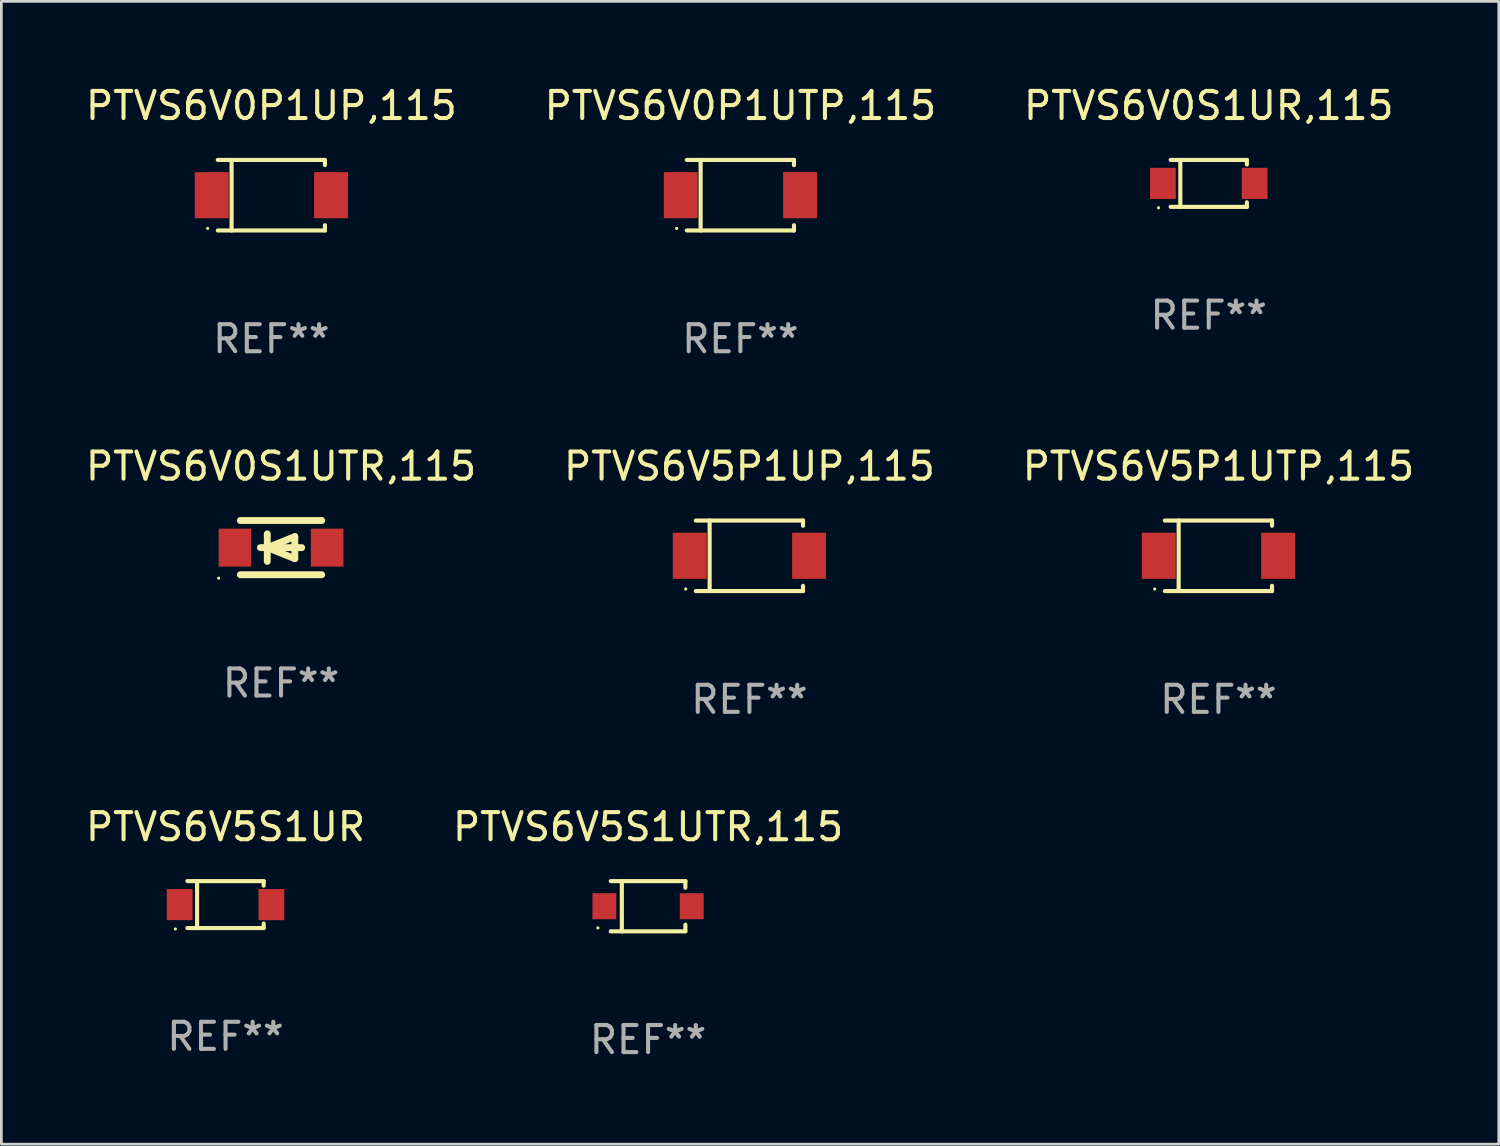
<source format=kicad_pcb>
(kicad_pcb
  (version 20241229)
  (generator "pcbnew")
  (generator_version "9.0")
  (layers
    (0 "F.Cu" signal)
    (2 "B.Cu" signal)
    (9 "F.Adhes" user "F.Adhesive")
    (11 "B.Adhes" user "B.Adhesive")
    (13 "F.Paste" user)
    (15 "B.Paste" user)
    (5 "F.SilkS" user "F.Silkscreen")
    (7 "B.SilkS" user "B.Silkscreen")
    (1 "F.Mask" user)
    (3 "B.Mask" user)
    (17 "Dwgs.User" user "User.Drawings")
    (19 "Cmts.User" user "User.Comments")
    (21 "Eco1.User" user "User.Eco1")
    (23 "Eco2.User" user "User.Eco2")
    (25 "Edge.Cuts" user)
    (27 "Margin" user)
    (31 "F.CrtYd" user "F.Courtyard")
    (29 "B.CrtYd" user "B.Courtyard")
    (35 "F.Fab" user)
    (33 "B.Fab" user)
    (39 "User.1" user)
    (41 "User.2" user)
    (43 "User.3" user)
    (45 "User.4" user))
  (footprint "PTVS6V5S1UTR,115"
    (layer "F.Cu")
    (at 20.851 30.372)
    (property "Reference" "PTVS6V5S1UTR,115" (at 0 -2.926 0) (layer "F.SilkS") (effects (font (size 1 1) (thickness 0.15))))
    (attr through_hole)
    (fp_line (start -1.376 -0.926) (end 1.376 -0.926) (stroke (width 0.152) (type solid)) (layer "F.SilkS"))
    (fp_line (start -1.376 0.926) (end 1.376 0.926) (stroke (width 0.152) (type solid)) (layer "F.SilkS"))
    (fp_line (start -0.967 -0.926) (end -0.967 0.926) (stroke (width 0.152) (type solid)) (layer "F.SilkS"))
    (fp_line (start 1.376 -0.926) (end 1.376 -0.683) (stroke (width 0.152) (type solid)) (layer "F.SilkS"))
    (fp_line (start 1.376 0.926) (end 1.376 0.683) (stroke (width 0.152) (type solid)) (layer "F.SilkS"))
    (fp_circle (center -1.85 0.8) (end -1.82 0.8) (stroke (width 0.06) (type solid)) (fill no) (layer "F.SilkS"))
    (fp_text user "REF**" (at 0 4.926 0) (layer "F.Fab") (effects (font (size 1 1) (thickness 0.15))))
    (pad "1" smd rect (at -1.61 0) (size 0.88 0.96) (layers "F.Cu" "F.Mask" "F.Paste"))
    (pad "2" smd rect (at 1.61 0) (size 0.88 0.96) (layers "F.Cu" "F.Mask" "F.Paste")))
  (footprint "PTVS6V0P1UTP,115"
    (layer "F.Cu")
    (at 24.256 4.149)
    (property "Reference" "PTVS6V0P1UTP,115" (at 0 -3.301 0) (layer "F.SilkS") (effects (font (size 1 1) (thickness 0.15))))
    (attr through_hole)
    (fp_line (start -1.976 -1.301) (end 1.976 -1.301) (stroke (width 0.152) (type solid)) (layer "F.SilkS"))
    (fp_line (start -1.976 1.301) (end 1.976 1.301) (stroke (width 0.152) (type solid)) (layer "F.SilkS"))
    (fp_line (start -1.467 -1.301) (end -1.467 1.301) (stroke (width 0.152) (type solid)) (layer "F.SilkS"))
    (fp_line (start 1.976 -1.301) (end 1.976 -1.108) (stroke (width 0.152) (type solid)) (layer "F.SilkS"))
    (fp_line (start 1.976 1.301) (end 1.976 1.108) (stroke (width 0.152) (type solid)) (layer "F.SilkS"))
    (fp_circle (center -2.35 1.225) (end -2.32 1.225) (stroke (width 0.06) (type solid)) (fill no) (layer "F.SilkS"))
    (fp_text user "REF**" (at 0 5.301 0) (layer "F.Fab") (effects (font (size 1 1) (thickness 0.15))))
    (pad "1" smd rect (at -2.2 0 180) (size 1.25 1.7) (layers "F.Cu" "F.Mask" "F.Paste"))
    (pad "2" smd rect (at 2.2 0 180) (size 1.25 1.7) (layers "F.Cu" "F.Mask" "F.Paste")))
  (footprint "PTVS6V0S1UTR,115"
    (layer "F.Cu")
    (at 7.315 17.147)
    (property "Reference" "PTVS6V0S1UTR,115" (at 0 -3 0) (layer "F.SilkS") (effects (font (size 1 1) (thickness 0.15))))
    (attr through_hole)
    (fp_line (start -1.5 -1) (end 1.5 -1) (stroke (width 0.254) (type solid)) (layer "F.SilkS"))
    (fp_line (start -1.5 1) (end 1.5 1) (stroke (width 0.254) (type solid)) (layer "F.SilkS"))
    (fp_line (start -0.762 0) (end 0.762 0) (stroke (width 0.254) (type solid)) (layer "F.SilkS"))
    (fp_line (start -0.508 -0.508) (end -0.508 0.508) (stroke (width 0.254) (type solid)) (layer "F.SilkS"))
    (fp_line (start -0.508 0) (end 0.508 -0.406) (stroke (width 0.254) (type solid)) (layer "F.SilkS"))
    (fp_line (start 0.508 -0.406) (end 0.508 0.406) (stroke (width 0.254) (type solid)) (layer "F.SilkS"))
    (fp_line (start 0.508 0.406) (end -0.508 0) (stroke (width 0.254) (type solid)) (layer "F.SilkS"))
    (fp_circle (center -2.3 1.127) (end -2.27 1.127) (stroke (width 0.06) (type solid)) (fill no) (layer "F.SilkS"))
    (fp_text user "REF**" (at 0 5 0) (layer "F.Fab") (effects (font (size 1 1) (thickness 0.15))))
    (pad "1" smd rect (at -1.7 0) (size 1.2 1.4) (layers "F.Cu" "F.Mask" "F.Paste"))
    (pad "2" smd rect (at 1.7 0) (size 1.2 1.4) (layers "F.Cu" "F.Mask" "F.Paste")))
  (footprint "PTVS6V5P1UTP,115"
    (layer "F.Cu")
    (at 41.887 17.448)
    (property "Reference" "PTVS6V5P1UTP,115" (at 0 -3.301 0) (layer "F.SilkS") (effects (font (size 1 1) (thickness 0.15))))
    (attr through_hole)
    (fp_line (start -1.976 -1.301) (end 1.976 -1.301) (stroke (width 0.152) (type solid)) (layer "F.SilkS"))
    (fp_line (start -1.976 1.301) (end 1.976 1.301) (stroke (width 0.152) (type solid)) (layer "F.SilkS"))
    (fp_line (start -1.467 -1.301) (end -1.467 1.301) (stroke (width 0.152) (type solid)) (layer "F.SilkS"))
    (fp_line (start 1.976 -1.301) (end 1.976 -1.108) (stroke (width 0.152) (type solid)) (layer "F.SilkS"))
    (fp_line (start 1.976 1.301) (end 1.976 1.108) (stroke (width 0.152) (type solid)) (layer "F.SilkS"))
    (fp_circle (center -2.35 1.225) (end -2.32 1.225) (stroke (width 0.06) (type solid)) (fill no) (layer "F.SilkS"))
    (fp_text user "REF**" (at 0 5.301 0) (layer "F.Fab") (effects (font (size 1 1) (thickness 0.15))))
    (pad "1" smd rect (at -2.2 0 180) (size 1.25 1.7) (layers "F.Cu" "F.Mask" "F.Paste"))
    (pad "2" smd rect (at 2.2 0 180) (size 1.25 1.7) (layers "F.Cu" "F.Mask" "F.Paste")))
  (footprint "PTVS6V0P1UP,115"
    (layer "F.Cu")
    (at 6.958 4.149)
    (property "Reference" "PTVS6V0P1UP,115" (at 0 -3.301 0) (layer "F.SilkS") (effects (font (size 1 1) (thickness 0.15))))
    (attr through_hole)
    (fp_line (start -1.976 -1.301) (end 1.976 -1.301) (stroke (width 0.152) (type solid)) (layer "F.SilkS"))
    (fp_line (start -1.976 1.301) (end 1.976 1.301) (stroke (width 0.152) (type solid)) (layer "F.SilkS"))
    (fp_line (start -1.467 -1.301) (end -1.467 1.301) (stroke (width 0.152) (type solid)) (layer "F.SilkS"))
    (fp_line (start 1.976 -1.301) (end 1.976 -1.108) (stroke (width 0.152) (type solid)) (layer "F.SilkS"))
    (fp_line (start 1.976 1.301) (end 1.976 1.108) (stroke (width 0.152) (type solid)) (layer "F.SilkS"))
    (fp_circle (center -2.35 1.225) (end -2.32 1.225) (stroke (width 0.06) (type solid)) (fill no) (layer "F.SilkS"))
    (fp_text user "REF**" (at 0 5.301 0) (layer "F.Fab") (effects (font (size 1 1) (thickness 0.15))))
    (pad "1" smd rect (at -2.2 0 180) (size 1.25 1.7) (layers "F.Cu" "F.Mask" "F.Paste"))
    (pad "2" smd rect (at 2.2 0 180) (size 1.25 1.7) (layers "F.Cu" "F.Mask" "F.Paste")))
  (footprint "PTVS6V0S1UR,115"
    (layer "F.Cu")
    (at 41.53 3.714)
    (property "Reference" "PTVS6V0S1UR,115" (at 0 -2.866 0) (layer "F.SilkS") (effects (font (size 1 1) (thickness 0.15))))
    (attr through_hole)
    (fp_line (start -1.406 -0.866) (end 1.406 -0.866) (stroke (width 0.152) (type solid)) (layer "F.SilkS"))
    (fp_line (start -1.406 0.866) (end 1.406 0.866) (stroke (width 0.152) (type solid)) (layer "F.SilkS"))
    (fp_line (start -1.049 -0.866) (end -1.049 0.866) (stroke (width 0.152) (type solid)) (layer "F.SilkS"))
    (fp_line (start 1.406 -0.866) (end 1.406 -0.698) (stroke (width 0.152) (type solid)) (layer "F.SilkS"))
    (fp_line (start 1.406 0.866) (end 1.406 0.698) (stroke (width 0.152) (type solid)) (layer "F.SilkS"))
    (fp_circle (center -1.851 0.9) (end -1.821 0.9) (stroke (width 0.06) (type solid)) (fill no) (layer "F.SilkS"))
    (fp_text user "REF**" (at 0 4.866 0) (layer "F.Fab") (effects (font (size 1 1) (thickness 0.15))))
    (pad "1" smd rect (at -1.692 0) (size 0.95 1.15) (layers "F.Cu" "F.Mask" "F.Paste"))
    (pad "2" smd rect (at 1.692 0) (size 0.95 1.15) (layers "F.Cu" "F.Mask" "F.Paste")))
  (footprint "PTVS6V5S1UR"
    (layer "F.Cu")
    (at 5.268 30.312)
    (property "Reference" "PTVS6V5S1UR" (at 0 -2.866 0) (layer "F.SilkS") (effects (font (size 1 1) (thickness 0.15))))
    (attr through_hole)
    (fp_line (start -1.406 -0.866) (end 1.406 -0.866) (stroke (width 0.152) (type solid)) (layer "F.SilkS"))
    (fp_line (start -1.406 0.866) (end 1.406 0.866) (stroke (width 0.152) (type solid)) (layer "F.SilkS"))
    (fp_line (start -1.049 -0.866) (end -1.049 0.866) (stroke (width 0.152) (type solid)) (layer "F.SilkS"))
    (fp_line (start 1.406 -0.866) (end 1.406 -0.698) (stroke (width 0.152) (type solid)) (layer "F.SilkS"))
    (fp_line (start 1.406 0.866) (end 1.406 0.698) (stroke (width 0.152) (type solid)) (layer "F.SilkS"))
    (fp_circle (center -1.851 0.9) (end -1.821 0.9) (stroke (width 0.06) (type solid)) (fill no) (layer "F.SilkS"))
    (fp_text user "REF**" (at 0 4.866 0) (layer "F.Fab") (effects (font (size 1 1) (thickness 0.15))))
    (pad "1" smd rect (at -1.692 0) (size 0.95 1.15) (layers "F.Cu" "F.Mask" "F.Paste"))
    (pad "2" smd rect (at 1.692 0) (size 0.95 1.15) (layers "F.Cu" "F.Mask" "F.Paste")))
  (footprint "PTVS6V5P1UP,115"
    (layer "F.Cu")
    (at 24.589 17.448)
    (property "Reference" "PTVS6V5P1UP,115" (at 0 -3.301 0) (layer "F.SilkS") (effects (font (size 1 1) (thickness 0.15))))
    (attr through_hole)
    (fp_line (start -1.976 -1.301) (end 1.976 -1.301) (stroke (width 0.152) (type solid)) (layer "F.SilkS"))
    (fp_line (start -1.976 1.301) (end 1.976 1.301) (stroke (width 0.152) (type solid)) (layer "F.SilkS"))
    (fp_line (start -1.467 -1.301) (end -1.467 1.301) (stroke (width 0.152) (type solid)) (layer "F.SilkS"))
    (fp_line (start 1.976 -1.301) (end 1.976 -1.108) (stroke (width 0.152) (type solid)) (layer "F.SilkS"))
    (fp_line (start 1.976 1.301) (end 1.976 1.108) (stroke (width 0.152) (type solid)) (layer "F.SilkS"))
    (fp_circle (center -2.35 1.225) (end -2.32 1.225) (stroke (width 0.06) (type solid)) (fill no) (layer "F.SilkS"))
    (fp_text user "REF**" (at 0 5.301 0) (layer "F.Fab") (effects (font (size 1 1) (thickness 0.15))))
    (pad "1" smd rect (at -2.2 0 180) (size 1.25 1.7) (layers "F.Cu" "F.Mask" "F.Paste"))
    (pad "2" smd rect (at 2.2 0 180) (size 1.25 1.7) (layers "F.Cu" "F.Mask" "F.Paste")))
  (gr_rect
    (start -3 -3)
    (end 52.226 39.147)
    (stroke (width 0.1) (type default))
    (fill no)
    (layer "Edge.Cuts")))
</source>
